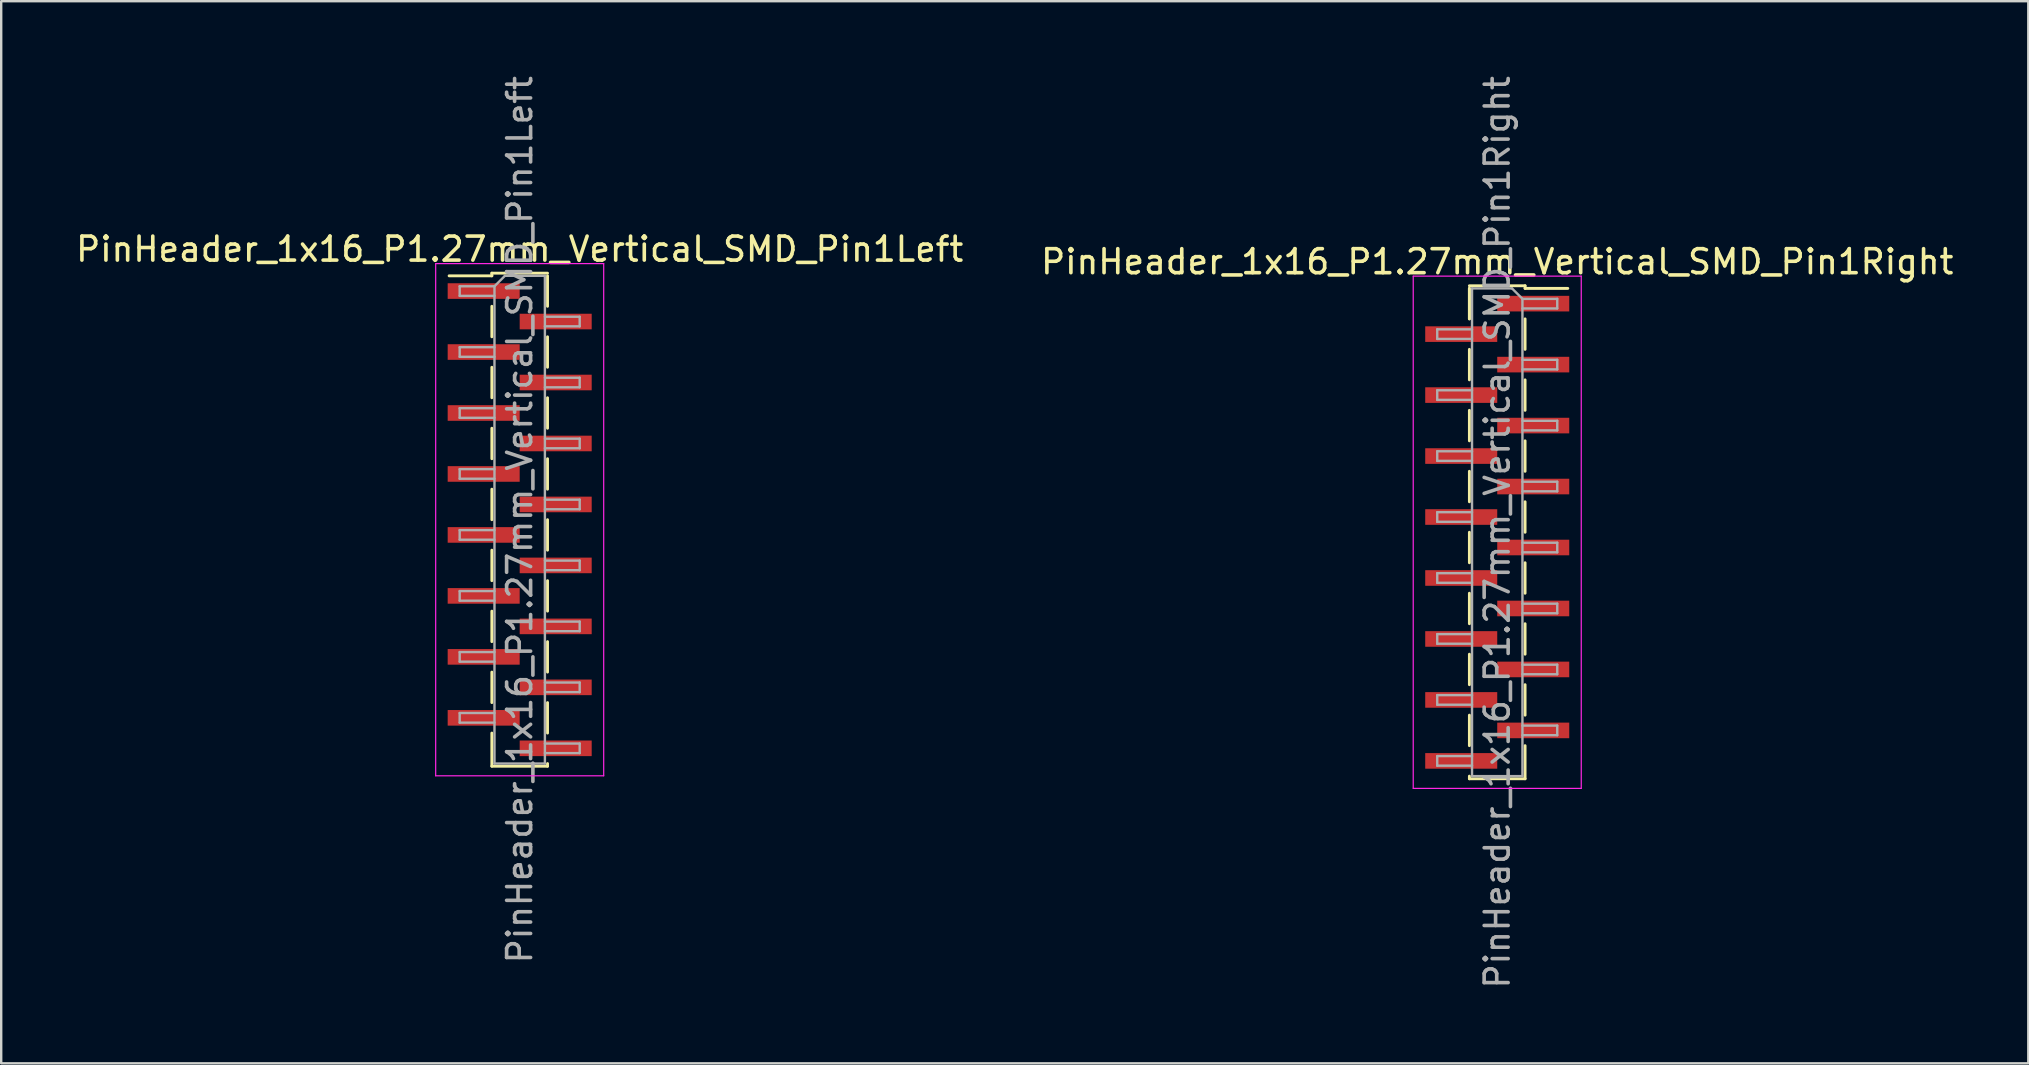
<source format=kicad_pcb>
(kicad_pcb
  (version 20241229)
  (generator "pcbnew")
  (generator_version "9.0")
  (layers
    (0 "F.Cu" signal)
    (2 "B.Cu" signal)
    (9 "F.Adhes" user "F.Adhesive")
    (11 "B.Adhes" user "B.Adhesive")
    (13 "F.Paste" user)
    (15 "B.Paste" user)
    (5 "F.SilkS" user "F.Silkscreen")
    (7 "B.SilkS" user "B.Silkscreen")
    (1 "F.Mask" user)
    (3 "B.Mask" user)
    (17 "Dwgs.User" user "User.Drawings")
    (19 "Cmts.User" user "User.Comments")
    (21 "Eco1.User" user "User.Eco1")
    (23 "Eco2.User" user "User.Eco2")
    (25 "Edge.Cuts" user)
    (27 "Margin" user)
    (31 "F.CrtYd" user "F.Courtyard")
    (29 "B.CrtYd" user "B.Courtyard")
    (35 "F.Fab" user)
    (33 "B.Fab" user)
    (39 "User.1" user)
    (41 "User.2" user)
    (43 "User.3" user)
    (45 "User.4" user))
  (footprint "PinHeader_1x16_P1.27mm_Vertical_SMD_Pin1Right"
    (layer "F.Cu")
    (at 59.327 19.125)
    (property "Reference" "PinHeader_1x16_P1.27mm_Vertical_SMD_Pin1Right" (at 0 -11.27 0) (layer "F.SilkS") (effects (font (size 1 1) (thickness 0.15))))
    (attr smd)
    (fp_line (start -1.16 -10.27) (end 1.16 -10.27) (stroke (width 0.12) (type solid)) (layer "F.SilkS"))
    (fp_line (start -1.16 -10.16) (end -1.16 -8.89) (stroke (width 0.12) (type solid)) (layer "F.SilkS"))
    (fp_line (start -1.16 -10.16) (end -1.16 -8.89) (stroke (width 0.12) (type solid)) (layer "F.SilkS"))
    (fp_line (start -1.16 -7.62) (end -1.16 -6.35) (stroke (width 0.12) (type solid)) (layer "F.SilkS"))
    (fp_line (start -1.16 -5.08) (end -1.16 -3.81) (stroke (width 0.12) (type solid)) (layer "F.SilkS"))
    (fp_line (start -1.16 -2.54) (end -1.16 -1.27) (stroke (width 0.12) (type solid)) (layer "F.SilkS"))
    (fp_line (start -1.16 0) (end -1.16 1.27) (stroke (width 0.12) (type solid)) (layer "F.SilkS"))
    (fp_line (start -1.16 2.54) (end -1.16 3.81) (stroke (width 0.12) (type solid)) (layer "F.SilkS"))
    (fp_line (start -1.16 5.08) (end -1.16 6.35) (stroke (width 0.12) (type solid)) (layer "F.SilkS"))
    (fp_line (start -1.16 7.62) (end -1.16 8.89) (stroke (width 0.12) (type solid)) (layer "F.SilkS"))
    (fp_line (start -1.16 10.16) (end -1.16 10.27) (stroke (width 0.12) (type solid)) (layer "F.SilkS"))
    (fp_line (start -1.16 10.27) (end 1.16 10.27) (stroke (width 0.12) (type solid)) (layer "F.SilkS"))
    (fp_line (start 1.16 -10.27) (end 1.16 -10.16) (stroke (width 0.12) (type solid)) (layer "F.SilkS"))
    (fp_line (start 1.16 -10.16) (end 2.94 -10.16) (stroke (width 0.12) (type solid)) (layer "F.SilkS"))
    (fp_line (start 1.16 -8.89) (end 1.16 -7.62) (stroke (width 0.12) (type solid)) (layer "F.SilkS"))
    (fp_line (start 1.16 -6.35) (end 1.16 -5.08) (stroke (width 0.12) (type solid)) (layer "F.SilkS"))
    (fp_line (start 1.16 -3.81) (end 1.16 -2.54) (stroke (width 0.12) (type solid)) (layer "F.SilkS"))
    (fp_line (start 1.16 -1.27) (end 1.16 0) (stroke (width 0.12) (type solid)) (layer "F.SilkS"))
    (fp_line (start 1.16 1.27) (end 1.16 2.54) (stroke (width 0.12) (type solid)) (layer "F.SilkS"))
    (fp_line (start 1.16 3.81) (end 1.16 5.08) (stroke (width 0.12) (type solid)) (layer "F.SilkS"))
    (fp_line (start 1.16 6.35) (end 1.16 7.62) (stroke (width 0.12) (type solid)) (layer "F.SilkS"))
    (fp_line (start 1.16 8.89) (end 1.16 10.27) (stroke (width 0.12) (type solid)) (layer "F.SilkS"))
    (fp_line (start -3.5 -10.67) (end -3.5 10.67) (stroke (width 0.05) (type solid)) (layer "F.CrtYd"))
    (fp_line (start -3.5 10.67) (end 3.5 10.67) (stroke (width 0.05) (type solid)) (layer "F.CrtYd"))
    (fp_line (start 3.5 -10.67) (end -3.5 -10.67) (stroke (width 0.05) (type solid)) (layer "F.CrtYd"))
    (fp_line (start 3.5 10.67) (end 3.5 -10.67) (stroke (width 0.05) (type solid)) (layer "F.CrtYd"))
    (fp_line (start -2.5 -8.455) (end -2.5 -8.055) (stroke (width 0.1) (type solid)) (layer "F.Fab"))
    (fp_line (start -2.5 -8.055) (end -1.05 -8.055) (stroke (width 0.1) (type solid)) (layer "F.Fab"))
    (fp_line (start -2.5 -5.915) (end -2.5 -5.515) (stroke (width 0.1) (type solid)) (layer "F.Fab"))
    (fp_line (start -2.5 -5.515) (end -1.05 -5.515) (stroke (width 0.1) (type solid)) (layer "F.Fab"))
    (fp_line (start -2.5 -3.375) (end -2.5 -2.975) (stroke (width 0.1) (type solid)) (layer "F.Fab"))
    (fp_line (start -2.5 -2.975) (end -1.05 -2.975) (stroke (width 0.1) (type solid)) (layer "F.Fab"))
    (fp_line (start -2.5 -0.835) (end -2.5 -0.435) (stroke (width 0.1) (type solid)) (layer "F.Fab"))
    (fp_line (start -2.5 -0.435) (end -1.05 -0.435) (stroke (width 0.1) (type solid)) (layer "F.Fab"))
    (fp_line (start -2.5 1.705) (end -2.5 2.105) (stroke (width 0.1) (type solid)) (layer "F.Fab"))
    (fp_line (start -2.5 2.105) (end -1.05 2.105) (stroke (width 0.1) (type solid)) (layer "F.Fab"))
    (fp_line (start -2.5 4.245) (end -2.5 4.645) (stroke (width 0.1) (type solid)) (layer "F.Fab"))
    (fp_line (start -2.5 4.645) (end -1.05 4.645) (stroke (width 0.1) (type solid)) (layer "F.Fab"))
    (fp_line (start -2.5 6.785) (end -2.5 7.185) (stroke (width 0.1) (type solid)) (layer "F.Fab"))
    (fp_line (start -2.5 7.185) (end -1.05 7.185) (stroke (width 0.1) (type solid)) (layer "F.Fab"))
    (fp_line (start -2.5 9.325) (end -2.5 9.725) (stroke (width 0.1) (type solid)) (layer "F.Fab"))
    (fp_line (start -2.5 9.725) (end -1.05 9.725) (stroke (width 0.1) (type solid)) (layer "F.Fab"))
    (fp_line (start -1.05 -10.16) (end -1.05 10.16) (stroke (width 0.1) (type solid)) (layer "F.Fab"))
    (fp_line (start -1.05 -10.16) (end 0.615 -10.16) (stroke (width 0.1) (type solid)) (layer "F.Fab"))
    (fp_line (start -1.05 -8.455) (end -2.5 -8.455) (stroke (width 0.1) (type solid)) (layer "F.Fab"))
    (fp_line (start -1.05 -5.915) (end -2.5 -5.915) (stroke (width 0.1) (type solid)) (layer "F.Fab"))
    (fp_line (start -1.05 -3.375) (end -2.5 -3.375) (stroke (width 0.1) (type solid)) (layer "F.Fab"))
    (fp_line (start -1.05 -0.835) (end -2.5 -0.835) (stroke (width 0.1) (type solid)) (layer "F.Fab"))
    (fp_line (start -1.05 1.705) (end -2.5 1.705) (stroke (width 0.1) (type solid)) (layer "F.Fab"))
    (fp_line (start -1.05 4.245) (end -2.5 4.245) (stroke (width 0.1) (type solid)) (layer "F.Fab"))
    (fp_line (start -1.05 6.785) (end -2.5 6.785) (stroke (width 0.1) (type solid)) (layer "F.Fab"))
    (fp_line (start -1.05 9.325) (end -2.5 9.325) (stroke (width 0.1) (type solid)) (layer "F.Fab"))
    (fp_line (start 1.05 -9.725) (end 0.615 -10.16) (stroke (width 0.1) (type solid)) (layer "F.Fab"))
    (fp_line (start 1.05 -9.725) (end 2.5 -9.725) (stroke (width 0.1) (type solid)) (layer "F.Fab"))
    (fp_line (start 1.05 -7.185) (end 2.5 -7.185) (stroke (width 0.1) (type solid)) (layer "F.Fab"))
    (fp_line (start 1.05 -4.645) (end 2.5 -4.645) (stroke (width 0.1) (type solid)) (layer "F.Fab"))
    (fp_line (start 1.05 -2.105) (end 2.5 -2.105) (stroke (width 0.1) (type solid)) (layer "F.Fab"))
    (fp_line (start 1.05 0.435) (end 2.5 0.435) (stroke (width 0.1) (type solid)) (layer "F.Fab"))
    (fp_line (start 1.05 2.975) (end 2.5 2.975) (stroke (width 0.1) (type solid)) (layer "F.Fab"))
    (fp_line (start 1.05 5.515) (end 2.5 5.515) (stroke (width 0.1) (type solid)) (layer "F.Fab"))
    (fp_line (start 1.05 8.055) (end 2.5 8.055) (stroke (width 0.1) (type solid)) (layer "F.Fab"))
    (fp_line (start 1.05 10.16) (end -1.05 10.16) (stroke (width 0.1) (type solid)) (layer "F.Fab"))
    (fp_line (start 1.05 10.16) (end 1.05 -9.725) (stroke (width 0.1) (type solid)) (layer "F.Fab"))
    (fp_line (start 2.5 -9.725) (end 2.5 -9.325) (stroke (width 0.1) (type solid)) (layer "F.Fab"))
    (fp_line (start 2.5 -9.325) (end 1.05 -9.325) (stroke (width 0.1) (type solid)) (layer "F.Fab"))
    (fp_line (start 2.5 -7.185) (end 2.5 -6.785) (stroke (width 0.1) (type solid)) (layer "F.Fab"))
    (fp_line (start 2.5 -6.785) (end 1.05 -6.785) (stroke (width 0.1) (type solid)) (layer "F.Fab"))
    (fp_line (start 2.5 -4.645) (end 2.5 -4.245) (stroke (width 0.1) (type solid)) (layer "F.Fab"))
    (fp_line (start 2.5 -4.245) (end 1.05 -4.245) (stroke (width 0.1) (type solid)) (layer "F.Fab"))
    (fp_line (start 2.5 -2.105) (end 2.5 -1.705) (stroke (width 0.1) (type solid)) (layer "F.Fab"))
    (fp_line (start 2.5 -1.705) (end 1.05 -1.705) (stroke (width 0.1) (type solid)) (layer "F.Fab"))
    (fp_line (start 2.5 0.435) (end 2.5 0.835) (stroke (width 0.1) (type solid)) (layer "F.Fab"))
    (fp_line (start 2.5 0.835) (end 1.05 0.835) (stroke (width 0.1) (type solid)) (layer "F.Fab"))
    (fp_line (start 2.5 2.975) (end 2.5 3.375) (stroke (width 0.1) (type solid)) (layer "F.Fab"))
    (fp_line (start 2.5 3.375) (end 1.05 3.375) (stroke (width 0.1) (type solid)) (layer "F.Fab"))
    (fp_line (start 2.5 5.515) (end 2.5 5.915) (stroke (width 0.1) (type solid)) (layer "F.Fab"))
    (fp_line (start 2.5 5.915) (end 1.05 5.915) (stroke (width 0.1) (type solid)) (layer "F.Fab"))
    (fp_line (start 2.5 8.055) (end 2.5 8.455) (stroke (width 0.1) (type solid)) (layer "F.Fab"))
    (fp_line (start 2.5 8.455) (end 1.05 8.455) (stroke (width 0.1) (type solid)) (layer "F.Fab"))
    (fp_text user "${REFERENCE}" (at 0 0 90) (layer "F.Fab") (effects (font (size 1 1) (thickness 0.15))))
    (pad "1" smd rect (at 1.5 -9.525) (size 3 0.65) (layers "F.Cu" "F.Mask" "F.Paste"))
    (pad "2" smd rect (at -1.5 -8.255) (size 3 0.65) (layers "F.Cu" "F.Mask" "F.Paste"))
    (pad "3" smd rect (at 1.5 -6.985) (size 3 0.65) (layers "F.Cu" "F.Mask" "F.Paste"))
    (pad "4" smd rect (at -1.5 -5.715) (size 3 0.65) (layers "F.Cu" "F.Mask" "F.Paste"))
    (pad "5" smd rect (at 1.5 -4.445) (size 3 0.65) (layers "F.Cu" "F.Mask" "F.Paste"))
    (pad "6" smd rect (at -1.5 -3.175) (size 3 0.65) (layers "F.Cu" "F.Mask" "F.Paste"))
    (pad "7" smd rect (at 1.5 -1.905) (size 3 0.65) (layers "F.Cu" "F.Mask" "F.Paste"))
    (pad "8" smd rect (at -1.5 -0.635) (size 3 0.65) (layers "F.Cu" "F.Mask" "F.Paste"))
    (pad "9" smd rect (at 1.5 0.635) (size 3 0.65) (layers "F.Cu" "F.Mask" "F.Paste"))
    (pad "10" smd rect (at -1.5 1.905) (size 3 0.65) (layers "F.Cu" "F.Mask" "F.Paste"))
    (pad "11" smd rect (at 1.5 3.175) (size 3 0.65) (layers "F.Cu" "F.Mask" "F.Paste"))
    (pad "12" smd rect (at -1.5 4.445) (size 3 0.65) (layers "F.Cu" "F.Mask" "F.Paste"))
    (pad "13" smd rect (at 1.5 5.715) (size 3 0.65) (layers "F.Cu" "F.Mask" "F.Paste"))
    (pad "14" smd rect (at -1.5 6.985) (size 3 0.65) (layers "F.Cu" "F.Mask" "F.Paste"))
    (pad "15" smd rect (at 1.5 8.255) (size 3 0.65) (layers "F.Cu" "F.Mask" "F.Paste"))
    (pad "16" smd rect (at -1.5 9.525) (size 3 0.65) (layers "F.Cu" "F.Mask" "F.Paste")))
  (footprint "PinHeader_1x16_P1.27mm_Vertical_SMD_Pin1Left"
    (layer "F.Cu")
    (at 18.601 18.601)
    (property "Reference" "PinHeader_1x16_P1.27mm_Vertical_SMD_Pin1Left" (at 0 -11.27 0) (layer "F.SilkS") (effects (font (size 1 1) (thickness 0.15))))
    (attr smd)
    (fp_line (start -1.16 -10.27) (end -1.16 -10.16) (stroke (width 0.12) (type solid)) (layer "F.SilkS"))
    (fp_line (start -1.16 -10.27) (end 1.16 -10.27) (stroke (width 0.12) (type solid)) (layer "F.SilkS"))
    (fp_line (start -1.16 -10.16) (end -2.94 -10.16) (stroke (width 0.12) (type solid)) (layer "F.SilkS"))
    (fp_line (start -1.16 -8.89) (end -1.16 -7.62) (stroke (width 0.12) (type solid)) (layer "F.SilkS"))
    (fp_line (start -1.16 -6.35) (end -1.16 -5.08) (stroke (width 0.12) (type solid)) (layer "F.SilkS"))
    (fp_line (start -1.16 -3.81) (end -1.16 -2.54) (stroke (width 0.12) (type solid)) (layer "F.SilkS"))
    (fp_line (start -1.16 -1.27) (end -1.16 0) (stroke (width 0.12) (type solid)) (layer "F.SilkS"))
    (fp_line (start -1.16 1.27) (end -1.16 2.54) (stroke (width 0.12) (type solid)) (layer "F.SilkS"))
    (fp_line (start -1.16 3.81) (end -1.16 5.08) (stroke (width 0.12) (type solid)) (layer "F.SilkS"))
    (fp_line (start -1.16 6.35) (end -1.16 7.62) (stroke (width 0.12) (type solid)) (layer "F.SilkS"))
    (fp_line (start -1.16 8.89) (end -1.16 10.27) (stroke (width 0.12) (type solid)) (layer "F.SilkS"))
    (fp_line (start -1.16 10.27) (end 1.16 10.27) (stroke (width 0.12) (type solid)) (layer "F.SilkS"))
    (fp_line (start 1.16 -10.16) (end 1.16 -8.89) (stroke (width 0.12) (type solid)) (layer "F.SilkS"))
    (fp_line (start 1.16 -7.62) (end 1.16 -6.35) (stroke (width 0.12) (type solid)) (layer "F.SilkS"))
    (fp_line (start 1.16 -5.08) (end 1.16 -3.81) (stroke (width 0.12) (type solid)) (layer "F.SilkS"))
    (fp_line (start 1.16 -2.54) (end 1.16 -1.27) (stroke (width 0.12) (type solid)) (layer "F.SilkS"))
    (fp_line (start 1.16 0) (end 1.16 1.27) (stroke (width 0.12) (type solid)) (layer "F.SilkS"))
    (fp_line (start 1.16 2.54) (end 1.16 3.81) (stroke (width 0.12) (type solid)) (layer "F.SilkS"))
    (fp_line (start 1.16 5.08) (end 1.16 6.35) (stroke (width 0.12) (type solid)) (layer "F.SilkS"))
    (fp_line (start 1.16 7.62) (end 1.16 8.89) (stroke (width 0.12) (type solid)) (layer "F.SilkS"))
    (fp_line (start 1.16 10.16) (end 1.16 10.27) (stroke (width 0.12) (type solid)) (layer "F.SilkS"))
    (fp_line (start -3.5 -10.67) (end -3.5 10.67) (stroke (width 0.05) (type solid)) (layer "F.CrtYd"))
    (fp_line (start -3.5 10.67) (end 3.5 10.67) (stroke (width 0.05) (type solid)) (layer "F.CrtYd"))
    (fp_line (start 3.5 -10.67) (end -3.5 -10.67) (stroke (width 0.05) (type solid)) (layer "F.CrtYd"))
    (fp_line (start 3.5 10.67) (end 3.5 -10.67) (stroke (width 0.05) (type solid)) (layer "F.CrtYd"))
    (fp_line (start -2.5 -9.725) (end -2.5 -9.325) (stroke (width 0.1) (type solid)) (layer "F.Fab"))
    (fp_line (start -2.5 -9.325) (end -1.05 -9.325) (stroke (width 0.1) (type solid)) (layer "F.Fab"))
    (fp_line (start -2.5 -7.185) (end -2.5 -6.785) (stroke (width 0.1) (type solid)) (layer "F.Fab"))
    (fp_line (start -2.5 -6.785) (end -1.05 -6.785) (stroke (width 0.1) (type solid)) (layer "F.Fab"))
    (fp_line (start -2.5 -4.645) (end -2.5 -4.245) (stroke (width 0.1) (type solid)) (layer "F.Fab"))
    (fp_line (start -2.5 -4.245) (end -1.05 -4.245) (stroke (width 0.1) (type solid)) (layer "F.Fab"))
    (fp_line (start -2.5 -2.105) (end -2.5 -1.705) (stroke (width 0.1) (type solid)) (layer "F.Fab"))
    (fp_line (start -2.5 -1.705) (end -1.05 -1.705) (stroke (width 0.1) (type solid)) (layer "F.Fab"))
    (fp_line (start -2.5 0.435) (end -2.5 0.835) (stroke (width 0.1) (type solid)) (layer "F.Fab"))
    (fp_line (start -2.5 0.835) (end -1.05 0.835) (stroke (width 0.1) (type solid)) (layer "F.Fab"))
    (fp_line (start -2.5 2.975) (end -2.5 3.375) (stroke (width 0.1) (type solid)) (layer "F.Fab"))
    (fp_line (start -2.5 3.375) (end -1.05 3.375) (stroke (width 0.1) (type solid)) (layer "F.Fab"))
    (fp_line (start -2.5 5.515) (end -2.5 5.915) (stroke (width 0.1) (type solid)) (layer "F.Fab"))
    (fp_line (start -2.5 5.915) (end -1.05 5.915) (stroke (width 0.1) (type solid)) (layer "F.Fab"))
    (fp_line (start -2.5 8.055) (end -2.5 8.455) (stroke (width 0.1) (type solid)) (layer "F.Fab"))
    (fp_line (start -2.5 8.455) (end -1.05 8.455) (stroke (width 0.1) (type solid)) (layer "F.Fab"))
    (fp_line (start -1.05 -9.725) (end -2.5 -9.725) (stroke (width 0.1) (type solid)) (layer "F.Fab"))
    (fp_line (start -1.05 -9.725) (end -0.615 -10.16) (stroke (width 0.1) (type solid)) (layer "F.Fab"))
    (fp_line (start -1.05 -7.185) (end -2.5 -7.185) (stroke (width 0.1) (type solid)) (layer "F.Fab"))
    (fp_line (start -1.05 -4.645) (end -2.5 -4.645) (stroke (width 0.1) (type solid)) (layer "F.Fab"))
    (fp_line (start -1.05 -2.105) (end -2.5 -2.105) (stroke (width 0.1) (type solid)) (layer "F.Fab"))
    (fp_line (start -1.05 0.435) (end -2.5 0.435) (stroke (width 0.1) (type solid)) (layer "F.Fab"))
    (fp_line (start -1.05 2.975) (end -2.5 2.975) (stroke (width 0.1) (type solid)) (layer "F.Fab"))
    (fp_line (start -1.05 5.515) (end -2.5 5.515) (stroke (width 0.1) (type solid)) (layer "F.Fab"))
    (fp_line (start -1.05 8.055) (end -2.5 8.055) (stroke (width 0.1) (type solid)) (layer "F.Fab"))
    (fp_line (start -1.05 10.16) (end -1.05 -9.725) (stroke (width 0.1) (type solid)) (layer "F.Fab"))
    (fp_line (start -0.615 -10.16) (end 1.05 -10.16) (stroke (width 0.1) (type solid)) (layer "F.Fab"))
    (fp_line (start 1.05 -10.16) (end 1.05 10.16) (stroke (width 0.1) (type solid)) (layer "F.Fab"))
    (fp_line (start 1.05 -8.455) (end 2.5 -8.455) (stroke (width 0.1) (type solid)) (layer "F.Fab"))
    (fp_line (start 1.05 -5.915) (end 2.5 -5.915) (stroke (width 0.1) (type solid)) (layer "F.Fab"))
    (fp_line (start 1.05 -3.375) (end 2.5 -3.375) (stroke (width 0.1) (type solid)) (layer "F.Fab"))
    (fp_line (start 1.05 -0.835) (end 2.5 -0.835) (stroke (width 0.1) (type solid)) (layer "F.Fab"))
    (fp_line (start 1.05 1.705) (end 2.5 1.705) (stroke (width 0.1) (type solid)) (layer "F.Fab"))
    (fp_line (start 1.05 4.245) (end 2.5 4.245) (stroke (width 0.1) (type solid)) (layer "F.Fab"))
    (fp_line (start 1.05 6.785) (end 2.5 6.785) (stroke (width 0.1) (type solid)) (layer "F.Fab"))
    (fp_line (start 1.05 9.325) (end 2.5 9.325) (stroke (width 0.1) (type solid)) (layer "F.Fab"))
    (fp_line (start 1.05 10.16) (end -1.05 10.16) (stroke (width 0.1) (type solid)) (layer "F.Fab"))
    (fp_line (start 2.5 -8.455) (end 2.5 -8.055) (stroke (width 0.1) (type solid)) (layer "F.Fab"))
    (fp_line (start 2.5 -8.055) (end 1.05 -8.055) (stroke (width 0.1) (type solid)) (layer "F.Fab"))
    (fp_line (start 2.5 -5.915) (end 2.5 -5.515) (stroke (width 0.1) (type solid)) (layer "F.Fab"))
    (fp_line (start 2.5 -5.515) (end 1.05 -5.515) (stroke (width 0.1) (type solid)) (layer "F.Fab"))
    (fp_line (start 2.5 -3.375) (end 2.5 -2.975) (stroke (width 0.1) (type solid)) (layer "F.Fab"))
    (fp_line (start 2.5 -2.975) (end 1.05 -2.975) (stroke (width 0.1) (type solid)) (layer "F.Fab"))
    (fp_line (start 2.5 -0.835) (end 2.5 -0.435) (stroke (width 0.1) (type solid)) (layer "F.Fab"))
    (fp_line (start 2.5 -0.435) (end 1.05 -0.435) (stroke (width 0.1) (type solid)) (layer "F.Fab"))
    (fp_line (start 2.5 1.705) (end 2.5 2.105) (stroke (width 0.1) (type solid)) (layer "F.Fab"))
    (fp_line (start 2.5 2.105) (end 1.05 2.105) (stroke (width 0.1) (type solid)) (layer "F.Fab"))
    (fp_line (start 2.5 4.245) (end 2.5 4.645) (stroke (width 0.1) (type solid)) (layer "F.Fab"))
    (fp_line (start 2.5 4.645) (end 1.05 4.645) (stroke (width 0.1) (type solid)) (layer "F.Fab"))
    (fp_line (start 2.5 6.785) (end 2.5 7.185) (stroke (width 0.1) (type solid)) (layer "F.Fab"))
    (fp_line (start 2.5 7.185) (end 1.05 7.185) (stroke (width 0.1) (type solid)) (layer "F.Fab"))
    (fp_line (start 2.5 9.325) (end 2.5 9.725) (stroke (width 0.1) (type solid)) (layer "F.Fab"))
    (fp_line (start 2.5 9.725) (end 1.05 9.725) (stroke (width 0.1) (type solid)) (layer "F.Fab"))
    (fp_text user "${REFERENCE}" (at 0 0 90) (layer "F.Fab") (effects (font (size 1 1) (thickness 0.15))))
    (pad "1" smd rect (at -1.5 -9.525) (size 3 0.65) (layers "F.Cu" "F.Mask" "F.Paste"))
    (pad "2" smd rect (at 1.5 -8.255) (size 3 0.65) (layers "F.Cu" "F.Mask" "F.Paste"))
    (pad "3" smd rect (at -1.5 -6.985) (size 3 0.65) (layers "F.Cu" "F.Mask" "F.Paste"))
    (pad "4" smd rect (at 1.5 -5.715) (size 3 0.65) (layers "F.Cu" "F.Mask" "F.Paste"))
    (pad "5" smd rect (at -1.5 -4.445) (size 3 0.65) (layers "F.Cu" "F.Mask" "F.Paste"))
    (pad "6" smd rect (at 1.5 -3.175) (size 3 0.65) (layers "F.Cu" "F.Mask" "F.Paste"))
    (pad "7" smd rect (at -1.5 -1.905) (size 3 0.65) (layers "F.Cu" "F.Mask" "F.Paste"))
    (pad "8" smd rect (at 1.5 -0.635) (size 3 0.65) (layers "F.Cu" "F.Mask" "F.Paste"))
    (pad "9" smd rect (at -1.5 0.635) (size 3 0.65) (layers "F.Cu" "F.Mask" "F.Paste"))
    (pad "10" smd rect (at 1.5 1.905) (size 3 0.65) (layers "F.Cu" "F.Mask" "F.Paste"))
    (pad "11" smd rect (at -1.5 3.175) (size 3 0.65) (layers "F.Cu" "F.Mask" "F.Paste"))
    (pad "12" smd rect (at 1.5 4.445) (size 3 0.65) (layers "F.Cu" "F.Mask" "F.Paste"))
    (pad "13" smd rect (at -1.5 5.715) (size 3 0.65) (layers "F.Cu" "F.Mask" "F.Paste"))
    (pad "14" smd rect (at 1.5 6.985) (size 3 0.65) (layers "F.Cu" "F.Mask" "F.Paste"))
    (pad "15" smd rect (at -1.5 8.255) (size 3 0.65) (layers "F.Cu" "F.Mask" "F.Paste"))
    (pad "16" smd rect (at 1.5 9.525) (size 3 0.65) (layers "F.Cu" "F.Mask" "F.Paste")))
  (gr_rect
    (start -3 -3)
    (end 81.452 41.25)
    (stroke (width 0.1) (type default))
    (fill no)
    (layer "Edge.Cuts")))
</source>
